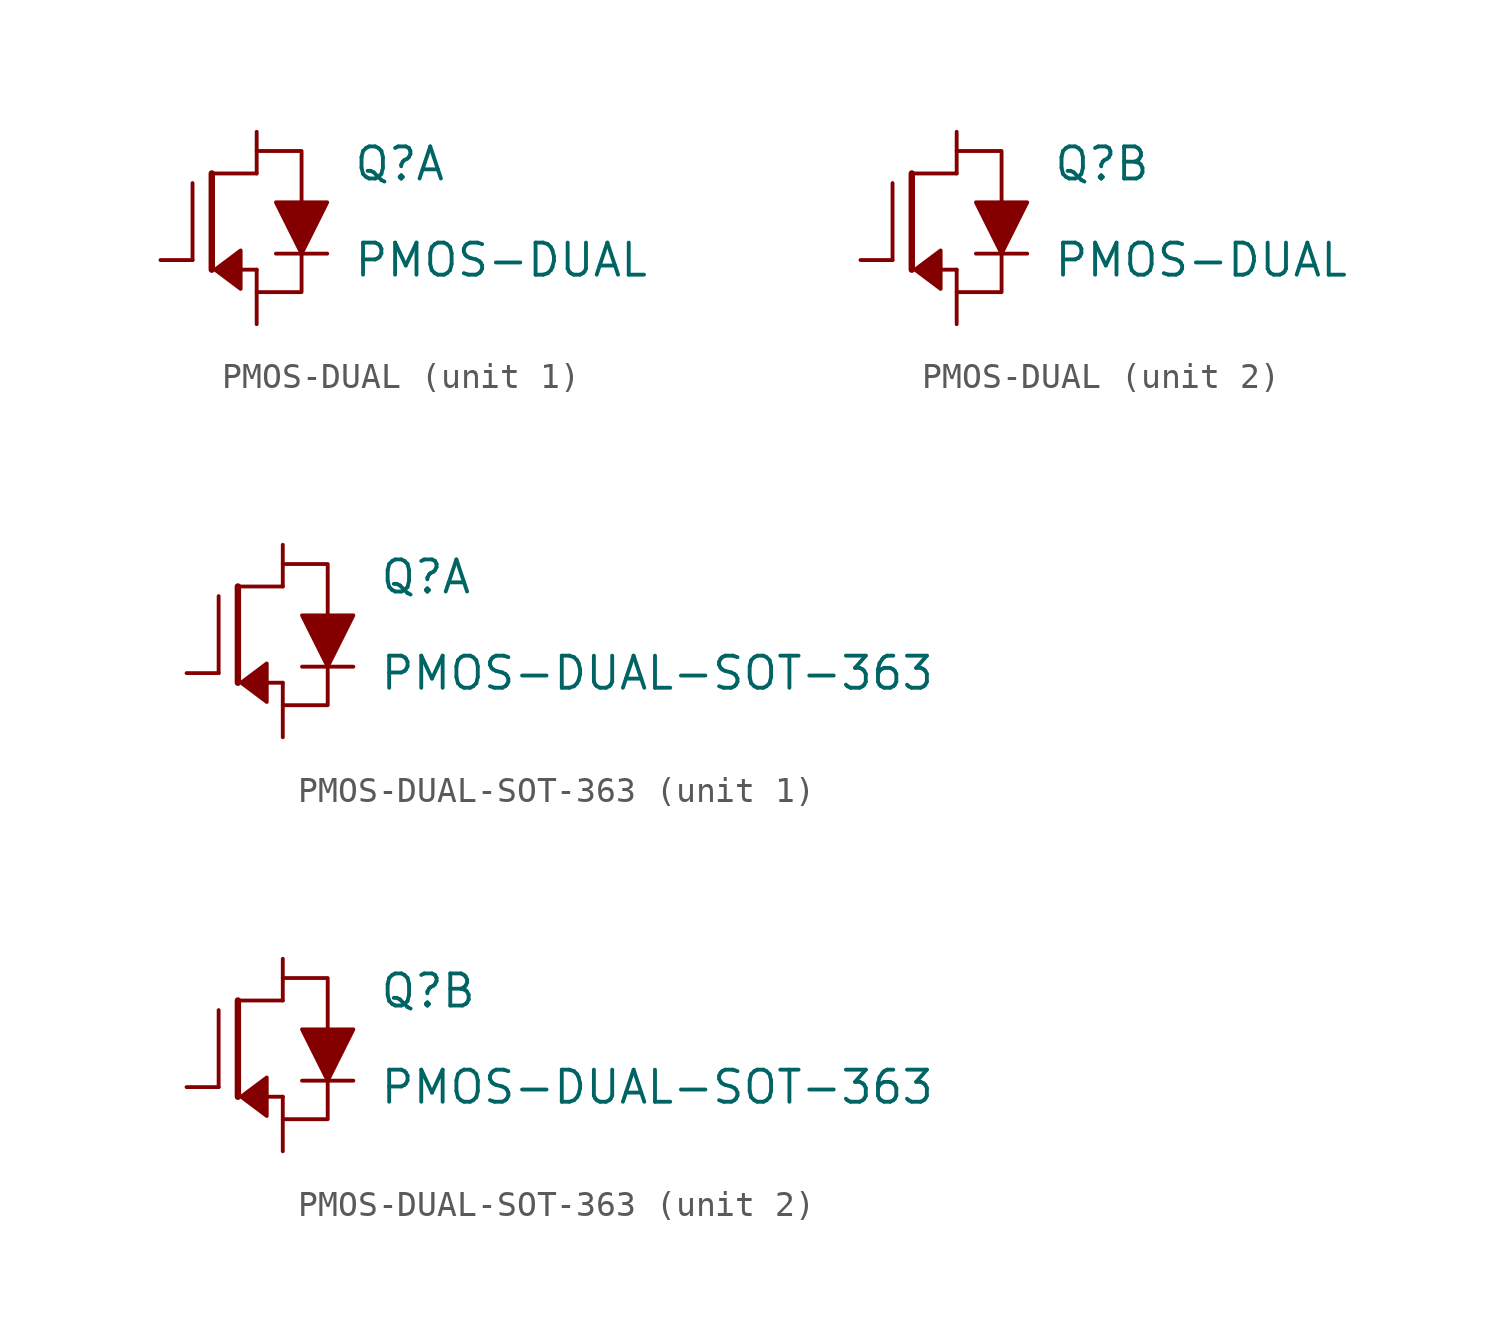
<source format=kicad_sym>
(kicad_symbol_lib
  (version 20211014)
  (generator kicad_symbol_editor)
  (symbol "PMOS-DUAL"
    (pin_numbers hide)
    (pin_names
      (offset 0.025) hide)
    (property "Reference" "Q"
      (at 3.81 2.54 0)
      (effects (font (size 1.27 1.27)) (justify left)))
    (property "Value" "PMOS-DUAL"
      (at 3.81 -1.27 0)
      (effects (font (size 1.27 1.27)) (justify left)))
    (symbol "PMOS-DUAL_0_1"
      (polyline (pts (xy -2.54 -1.27) (xy -2.54 1.778)) (stroke (width 0) (type default) (color 0 0 0 0)) (fill (type none)))
      (polyline (pts (xy -1.778 -1.651) (xy -1.778 2.159)) (stroke (width 0.254) (type default) (color 0 0 0 0)) (fill (type none)))
      (polyline (pts (xy -0.635 -1.651) (xy 0 -1.651)) (stroke (width 0) (type default) (color 0 0 0 0)) (fill (type none)))
      (polyline (pts (xy 0 2.159) (xy -1.778 2.159)) (stroke (width 0) (type default) (color 0 0 0 0)) (fill (type none)))
      (polyline (pts (xy 0.762 -1.016) (xy 2.794 -1.016)) (stroke (width 0) (type default) (color 0 0 0 0)) (fill (type none)))
      (polyline (pts (xy 0 3.048) (xy 1.778 3.048) (xy 1.778 1.016)) (stroke (width 0) (type default) (color 0 0 0 0)) (fill (type none)))
      (polyline (pts (xy 1.778 -1.016) (xy 1.778 -2.54) (xy 0 -2.54)) (stroke (width 0) (type default) (color 0 0 0 0)) (fill (type none)))
      (polyline (pts (xy -1.651 -1.651) (xy -0.635 -0.889) (xy -0.635 -2.413) (xy -1.651 -1.651)) (stroke (width 0) (type default) (color 0 0 0 0)) (fill (type outline)))
      (polyline (pts (xy 0.762 1.016) (xy 2.794 1.016) (xy 1.778 -1.016) (xy 0.762 1.016)) (stroke (width 0) (type default) (color 0 0 0 0)) (fill (type outline))))
    (symbol "PMOS-DUAL_1_1"
      (pin passive line (at 0 3.81 270) (length 1.651) (name "~" (effects (font (size 1.27 1.27)))) (number "D1" (effects (font (size 1.016 1.016)))))
      (pin passive line (at -3.81 -1.27 0) (length 1.27) (name "~" (effects (font (size 1.27 1.27)))) (number "G1" (effects (font (size 1.016 1.016)))))
      (pin passive line (at 0 -3.81 90) (length 2.159) (name "~" (effects (font (size 1.27 1.27)))) (number "S1" (effects (font (size 1.016 1.016))))))
    (symbol "PMOS-DUAL_2_1"
      (pin passive line (at 0 3.81 270) (length 1.651) (name "~" (effects (font (size 1.27 1.27)))) (number "D2" (effects (font (size 1.016 1.016)))))
      (pin passive line (at -3.81 -1.27 0) (length 1.27) (name "~" (effects (font (size 1.27 1.27)))) (number "G2" (effects (font (size 1.016 1.016)))))
      (pin passive line (at 0 -3.81 90) (length 2.159) (name "~" (effects (font (size 1.27 1.27)))) (number "S2" (effects (font (size 1.016 1.016)))))))
  (symbol "PMOS-DUAL-SOT-363"
    (pin_numbers hide)
    (pin_names
      (offset 0.025) hide)
    (property "Reference" "Q"
      (at 3.81 2.54 0)
      (effects (font (size 1.27 1.27)) (justify left)))
    (property "Value" "PMOS-DUAL-SOT-363"
      (at 3.81 -1.27 0)
      (effects (font (size 1.27 1.27)) (justify left)))
    (symbol "PMOS-DUAL-SOT-363_0_1"
      (polyline (pts (xy -2.54 -1.27) (xy -2.54 1.778)) (stroke (width 0) (type default) (color 0 0 0 0)) (fill (type none)))
      (polyline (pts (xy -1.778 -1.651) (xy -1.778 2.159)) (stroke (width 0.254) (type default) (color 0 0 0 0)) (fill (type none)))
      (polyline (pts (xy -0.635 -1.651) (xy 0 -1.651)) (stroke (width 0) (type default) (color 0 0 0 0)) (fill (type none)))
      (polyline (pts (xy 0 2.159) (xy -1.778 2.159)) (stroke (width 0) (type default) (color 0 0 0 0)) (fill (type none)))
      (polyline (pts (xy 0.762 -1.016) (xy 2.794 -1.016)) (stroke (width 0) (type default) (color 0 0 0 0)) (fill (type none)))
      (polyline (pts (xy 0 3.048) (xy 1.778 3.048) (xy 1.778 1.016)) (stroke (width 0) (type default) (color 0 0 0 0)) (fill (type none)))
      (polyline (pts (xy 1.778 -1.016) (xy 1.778 -2.54) (xy 0 -2.54)) (stroke (width 0) (type default) (color 0 0 0 0)) (fill (type none)))
      (polyline (pts (xy -1.651 -1.651) (xy -0.635 -0.889) (xy -0.635 -2.413) (xy -1.651 -1.651)) (stroke (width 0) (type default) (color 0 0 0 0)) (fill (type outline)))
      (polyline (pts (xy 0.762 1.016) (xy 2.794 1.016) (xy 1.778 -1.016) (xy 0.762 1.016)) (stroke (width 0) (type default) (color 0 0 0 0)) (fill (type outline))))
    (symbol "PMOS-DUAL-SOT-363_1_1"
      (pin passive line (at 0 -3.81 90) (length 2.159) (name "~" (effects (font (size 1.27 1.27)))) (number "1" (effects (font (size 1.016 1.016)))))
      (pin passive line (at -3.81 -1.27 0) (length 1.27) (name "~" (effects (font (size 1.27 1.27)))) (number "2" (effects (font (size 1.016 1.016)))))
      (pin passive line (at 0 3.81 270) (length 1.651) (name "~" (effects (font (size 1.27 1.27)))) (number "6" (effects (font (size 1.016 1.016))))))
    (symbol "PMOS-DUAL-SOT-363_2_1"
      (pin passive line (at 0 3.81 270) (length 1.651) (name "~" (effects (font (size 1.27 1.27)))) (number "3" (effects (font (size 1.016 1.016)))))
      (pin passive line (at 0 -3.81 90) (length 2.159) (name "~" (effects (font (size 1.27 1.27)))) (number "4" (effects (font (size 1.016 1.016)))))
      (pin passive line (at -3.81 -1.27 0) (length 1.27) (name "~" (effects (font (size 1.27 1.27)))) (number "5" (effects (font (size 1.016 1.016))))))))
</source>
